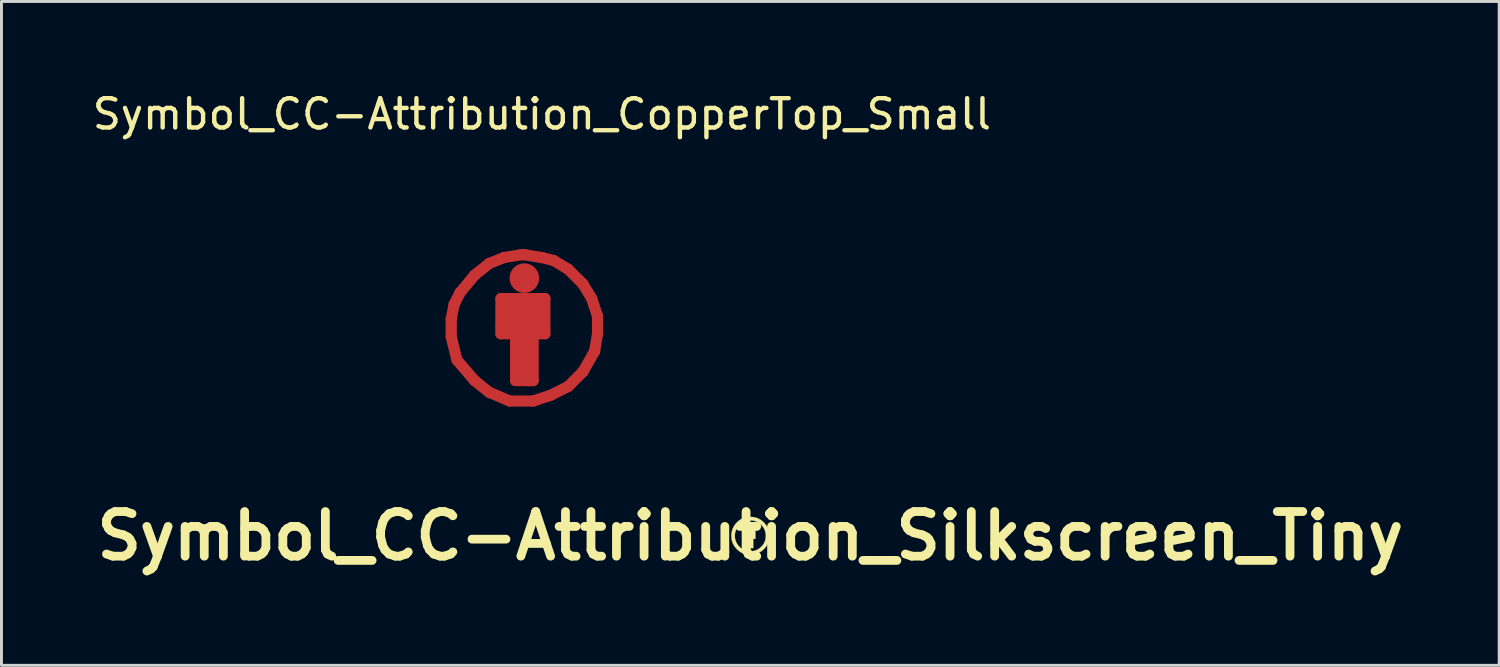
<source format=kicad_pcb>
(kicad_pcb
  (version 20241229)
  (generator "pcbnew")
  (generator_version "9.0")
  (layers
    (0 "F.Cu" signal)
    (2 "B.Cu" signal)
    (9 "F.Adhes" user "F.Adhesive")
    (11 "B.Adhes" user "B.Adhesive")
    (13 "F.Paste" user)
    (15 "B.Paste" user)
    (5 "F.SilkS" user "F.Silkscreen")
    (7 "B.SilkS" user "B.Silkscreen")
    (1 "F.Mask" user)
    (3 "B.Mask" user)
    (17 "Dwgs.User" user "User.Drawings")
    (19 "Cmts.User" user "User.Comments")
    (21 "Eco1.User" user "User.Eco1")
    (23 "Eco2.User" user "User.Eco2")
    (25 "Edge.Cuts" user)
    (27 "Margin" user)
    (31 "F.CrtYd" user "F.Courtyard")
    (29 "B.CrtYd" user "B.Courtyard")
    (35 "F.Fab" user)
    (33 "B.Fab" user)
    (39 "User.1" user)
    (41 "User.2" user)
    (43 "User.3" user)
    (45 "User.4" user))
  (footprint "Symbol_CC-Attribution_CopperTop_Small"
    (layer "F.Cu")
    (at 14.859 8.148)
    (property "Reference" "Symbol_CC-Attribution_CopperTop_Small" (at 0.599 -7.3 0) (layer "F.SilkS") (effects (font (size 1 1) (thickness 0.15))))
    (attr exclude_from_pos_files exclude_from_bom)
    (fp_line (start -2.499 -0.3) (end -2.499 0.3) (stroke (width 0.381) (type solid)) (layer "F.Cu"))
    (fp_line (start -2.499 0.3) (end -2.301 1.1) (stroke (width 0.381) (type solid)) (layer "F.Cu"))
    (fp_line (start -2.4 -0.8) (end -2.499 -0.3) (stroke (width 0.381) (type solid)) (layer "F.Cu"))
    (fp_line (start -2.301 1.1) (end -1.699 1.801) (stroke (width 0.381) (type solid)) (layer "F.Cu"))
    (fp_line (start -2.2 -1.199) (end -2.4 -0.8) (stroke (width 0.381) (type solid)) (layer "F.Cu"))
    (fp_line (start -1.699 -1.801) (end -2.2 -1.199) (stroke (width 0.381) (type solid)) (layer "F.Cu"))
    (fp_line (start -1.699 1.801) (end -1.199 2.2) (stroke (width 0.381) (type solid)) (layer "F.Cu"))
    (fp_line (start -1.199 -2.2) (end -1.699 -1.801) (stroke (width 0.381) (type solid)) (layer "F.Cu"))
    (fp_line (start -1.199 2.2) (end -0.5 2.499) (stroke (width 0.381) (type solid)) (layer "F.Cu"))
    (fp_line (start -0.8 -1.001) (end 0.701 -1.001) (stroke (width 0.381) (type solid)) (layer "F.Cu"))
    (fp_line (start -0.8 -0.099) (end 0.5 -0.099) (stroke (width 0.381) (type solid)) (layer "F.Cu"))
    (fp_line (start -0.8 0.201) (end -0.8 -1.001) (stroke (width 0.381) (type solid)) (layer "F.Cu"))
    (fp_line (start -0.701 -2.4) (end -1.199 -2.2) (stroke (width 0.381) (type solid)) (layer "F.Cu"))
    (fp_line (start -0.701 -0.701) (end 0.599 -0.701) (stroke (width 0.381) (type solid)) (layer "F.Cu"))
    (fp_line (start -0.5 2.499) (end 0.3 2.499) (stroke (width 0.381) (type solid)) (layer "F.Cu"))
    (fp_line (start -0.3 0.3) (end -0.3 1.801) (stroke (width 0.381) (type solid)) (layer "F.Cu"))
    (fp_line (start -0.3 1.801) (end 0.201 1.801) (stroke (width 0.381) (type solid)) (layer "F.Cu"))
    (fp_line (start -0.099 -2.499) (end -0.701 -2.4) (stroke (width 0.381) (type solid)) (layer "F.Cu"))
    (fp_line (start 0 -2.499) (end -0.099 -2.499) (stroke (width 0.381) (type solid)) (layer "F.Cu"))
    (fp_line (start 0 -1.9) (end 0 -1.501) (stroke (width 0.381) (type solid)) (layer "F.Cu"))
    (fp_line (start 0 0.3) (end 0 1.6) (stroke (width 0.381) (type solid)) (layer "F.Cu"))
    (fp_line (start 0.099 1.801) (end 0.3 1.801) (stroke (width 0.381) (type solid)) (layer "F.Cu"))
    (fp_line (start 0.3 1.801) (end 0.3 0.201) (stroke (width 0.381) (type solid)) (layer "F.Cu"))
    (fp_line (start 0.3 2.499) (end 0.899 2.301) (stroke (width 0.381) (type solid)) (layer "F.Cu"))
    (fp_line (start 0.5 -0.399) (end -0.701 -0.399) (stroke (width 0.381) (type solid)) (layer "F.Cu"))
    (fp_line (start 0.599 -2.4) (end 0 -2.499) (stroke (width 0.381) (type solid)) (layer "F.Cu"))
    (fp_line (start 0.701 -1.001) (end 0.701 0.201) (stroke (width 0.381) (type solid)) (layer "F.Cu"))
    (fp_line (start 0.701 0.201) (end -0.8 0.201) (stroke (width 0.381) (type solid)) (layer "F.Cu"))
    (fp_line (start 0.899 2.301) (end 1.501 1.999) (stroke (width 0.381) (type solid)) (layer "F.Cu"))
    (fp_line (start 1.001 -2.301) (end 0.599 -2.4) (stroke (width 0.381) (type solid)) (layer "F.Cu"))
    (fp_line (start 1.501 -1.999) (end 1.001 -2.301) (stroke (width 0.381) (type solid)) (layer "F.Cu"))
    (fp_line (start 1.501 1.999) (end 1.999 1.501) (stroke (width 0.381) (type solid)) (layer "F.Cu"))
    (fp_line (start 1.999 -1.501) (end 1.501 -1.999) (stroke (width 0.381) (type solid)) (layer "F.Cu"))
    (fp_line (start 1.999 1.501) (end 2.4 0.8) (stroke (width 0.381) (type solid)) (layer "F.Cu"))
    (fp_line (start 2.301 -1.001) (end 1.999 -1.501) (stroke (width 0.381) (type solid)) (layer "F.Cu"))
    (fp_line (start 2.4 0.8) (end 2.499 0.201) (stroke (width 0.381) (type solid)) (layer "F.Cu"))
    (fp_line (start 2.499 -0.399) (end 2.301 -1.001) (stroke (width 0.381) (type solid)) (layer "F.Cu"))
    (fp_line (start 2.499 0.201) (end 2.499 -0.399) (stroke (width 0.381) (type solid)) (layer "F.Cu"))
    (fp_circle (center 0 -1.699) (end 0.099 -1.4) (stroke (width 0.381) (type solid)) (fill no) (layer "F.Cu")))
  (footprint "Symbol_CC-Attribution_Silkscreen_Tiny"
    (layer "F.Cu")
    (at 22.577 15.256)
    (property "Reference" "Symbol_CC-Attribution_Silkscreen_Tiny" (at 0 0 0) (layer "F.SilkS") (effects (font (size 1.524 1.524) (thickness 0.3))))
    (attr through_hole)
    (fp_poly (pts (xy 0.013 -0.42) (xy 0.024 -0.419) (xy 0.034 -0.417) (xy 0.044 -0.414) (xy 0.05 -0.411) (xy 0.061 -0.404) (xy 0.069 -0.395) (xy 0.077 -0.384) (xy 0.082 -0.372) (xy 0.086 -0.358) (xy 0.088 -0.343) (xy 0.089 -0.326) (xy 0.089 -0.323) (xy 0.087 -0.307) (xy 0.083 -0.292) (xy 0.078 -0.28) (xy 0.071 -0.269) (xy 0.062 -0.26) (xy 0.051 -0.253) (xy 0.039 -0.247) (xy 0.029 -0.244) (xy 0.024 -0.244) (xy 0.018 -0.243) (xy 0.01 -0.242) (xy 0.002 -0.242) (xy -0.006 -0.242) (xy -0.012 -0.242) (xy -0.017 -0.242) (xy -0.017 -0.242) (xy -0.033 -0.245) (xy -0.046 -0.25) (xy -0.058 -0.256) (xy -0.068 -0.264) (xy -0.076 -0.274) (xy -0.082 -0.285) (xy -0.086 -0.298) (xy -0.089 -0.313) (xy -0.09 -0.323) (xy -0.09 -0.34) (xy -0.088 -0.356) (xy -0.084 -0.37) (xy -0.079 -0.382) (xy -0.072 -0.393) (xy -0.063 -0.402) (xy -0.053 -0.41) (xy -0.051 -0.411) (xy -0.042 -0.415) (xy -0.033 -0.418) (xy -0.022 -0.42) (xy -0.01 -0.421) (xy -0.001 -0.421) (xy 0.013 -0.42)) (stroke (width 0.01) (type solid)) (fill yes) (layer "F.SilkS"))
    (fp_poly (pts (xy 0.149 -0.202) (xy 0.155 -0.198) (xy 0.161 -0.193) (xy 0.166 -0.187) (xy 0.17 -0.181) (xy 0.171 -0.178) (xy 0.171 -0.177) (xy 0.171 -0.176) (xy 0.172 -0.174) (xy 0.172 -0.171) (xy 0.172 -0.167) (xy 0.172 -0.163) (xy 0.172 -0.157) (xy 0.172 -0.15) (xy 0.172 -0.142) (xy 0.173 -0.132) (xy 0.173 -0.121) (xy 0.173 -0.107) (xy 0.173 -0.092) (xy 0.173 -0.075) (xy 0.173 -0.055) (xy 0.173 -0.037) (xy 0.173 0.099) (xy 0.099 0.099) (xy 0.099 0.413) (xy -0.1 0.413) (xy -0.1 0.099) (xy -0.174 0.099) (xy -0.174 -0.058) (xy -0.174 -0.077) (xy -0.174 -0.094) (xy -0.174 -0.109) (xy -0.174 -0.122) (xy -0.174 -0.133) (xy -0.174 -0.142) (xy -0.174 -0.15) (xy -0.174 -0.157) (xy -0.174 -0.162) (xy -0.173 -0.167) (xy -0.173 -0.17) (xy -0.173 -0.173) (xy -0.173 -0.175) (xy -0.172 -0.176) (xy -0.172 -0.178) (xy -0.172 -0.179) (xy -0.171 -0.18) (xy -0.167 -0.187) (xy -0.162 -0.194) (xy -0.155 -0.199) (xy -0.15 -0.202) (xy -0.144 -0.205) (xy 0.143 -0.205) (xy 0.149 -0.202)) (stroke (width 0.01) (type solid)) (fill yes) (layer "F.SilkS"))
    (fp_poly (pts (xy 0.009 -0.65) (xy 0.012 -0.65) (xy 0.031 -0.649) (xy 0.048 -0.649) (xy 0.064 -0.648) (xy 0.079 -0.646) (xy 0.094 -0.645) (xy 0.109 -0.642) (xy 0.125 -0.64) (xy 0.134 -0.638) (xy 0.172 -0.629) (xy 0.21 -0.618) (xy 0.246 -0.605) (xy 0.282 -0.589) (xy 0.316 -0.571) (xy 0.35 -0.551) (xy 0.382 -0.529) (xy 0.414 -0.504) (xy 0.444 -0.477) (xy 0.473 -0.448) (xy 0.495 -0.423) (xy 0.52 -0.392) (xy 0.543 -0.359) (xy 0.564 -0.326) (xy 0.582 -0.291) (xy 0.598 -0.256) (xy 0.612 -0.219) (xy 0.623 -0.181) (xy 0.632 -0.142) (xy 0.639 -0.102) (xy 0.643 -0.061) (xy 0.644 -0.054) (xy 0.644 -0.045) (xy 0.645 -0.034) (xy 0.645 -0.022) (xy 0.645 -0.008) (xy 0.645 0.006) (xy 0.645 0.02) (xy 0.644 0.033) (xy 0.644 0.046) (xy 0.643 0.057) (xy 0.642 0.067) (xy 0.642 0.07) (xy 0.637 0.11) (xy 0.629 0.15) (xy 0.619 0.188) (xy 0.607 0.224) (xy 0.593 0.259) (xy 0.577 0.294) (xy 0.558 0.327) (xy 0.538 0.359) (xy 0.515 0.389) (xy 0.489 0.419) (xy 0.472 0.438) (xy 0.441 0.468) (xy 0.41 0.495) (xy 0.377 0.52) (xy 0.344 0.543) (xy 0.309 0.563) (xy 0.274 0.581) (xy 0.238 0.597) (xy 0.201 0.611) (xy 0.163 0.622) (xy 0.124 0.63) (xy 0.112 0.632) (xy 0.1 0.634) (xy 0.089 0.636) (xy 0.078 0.637) (xy 0.067 0.639) (xy 0.056 0.639) (xy 0.044 0.64) (xy 0.03 0.64) (xy 0.015 0.641) (xy 0.006 0.641) (xy -0.005 0.641) (xy -0.015 0.641) (xy -0.025 0.641) (xy -0.033 0.641) (xy -0.04 0.641) (xy -0.044 0.641) (xy -0.047 0.641) (xy -0.047 0.641) (xy -0.083 0.637) (xy -0.117 0.632) (xy -0.149 0.625) (xy -0.18 0.618) (xy -0.21 0.608) (xy -0.239 0.597) (xy -0.268 0.585) (xy -0.284 0.577) (xy -0.318 0.559) (xy -0.35 0.538) (xy -0.382 0.516) (xy -0.412 0.492) (xy -0.442 0.465) (xy -0.47 0.438) (xy -0.496 0.409) (xy -0.52 0.378) (xy -0.543 0.347) (xy -0.563 0.315) (xy -0.581 0.282) (xy -0.586 0.272) (xy -0.601 0.238) (xy -0.614 0.202) (xy -0.625 0.166) (xy -0.634 0.128) (xy -0.641 0.089) (xy -0.643 0.067) (xy -0.644 0.059) (xy -0.645 0.048) (xy -0.645 0.036) (xy -0.646 0.023) (xy -0.646 0.009) (xy -0.646 0.004) (xy -0.53 0.004) (xy -0.529 0.04) (xy -0.525 0.075) (xy -0.518 0.109) (xy -0.511 0.141) (xy -0.5 0.173) (xy -0.487 0.205) (xy -0.471 0.236) (xy -0.454 0.267) (xy -0.434 0.296) (xy -0.412 0.325) (xy -0.388 0.352) (xy -0.362 0.378) (xy -0.335 0.403) (xy -0.317 0.417) (xy -0.288 0.438) (xy -0.258 0.457) (xy -0.226 0.474) (xy -0.194 0.488) (xy -0.161 0.5) (xy -0.126 0.509) (xy -0.091 0.517) (xy -0.055 0.521) (xy -0.034 0.523) (xy -0.024 0.524) (xy -0.012 0.524) (xy 0.000441 0.524) (xy 0.014 0.524) (xy 0.027 0.523) (xy 0.04 0.523) (xy 0.051 0.522) (xy 0.057 0.521) (xy 0.093 0.516) (xy 0.128 0.509) (xy 0.162 0.499) (xy 0.195 0.487) (xy 0.227 0.473) (xy 0.259 0.456) (xy 0.29 0.437) (xy 0.32 0.415) (xy 0.349 0.391) (xy 0.352 0.39) (xy 0.358 0.384) (xy 0.366 0.376) (xy 0.374 0.368) (xy 0.383 0.36) (xy 0.391 0.351) (xy 0.399 0.342) (xy 0.407 0.334) (xy 0.413 0.327) (xy 0.418 0.321) (xy 0.419 0.321) (xy 0.439 0.293) (xy 0.457 0.266) (xy 0.473 0.238) (xy 0.487 0.209) (xy 0.499 0.179) (xy 0.509 0.148) (xy 0.514 0.129) (xy 0.52 0.097) (xy 0.525 0.064) (xy 0.528 0.03) (xy 0.529 -0.005) (xy 0.528 -0.039) (xy 0.525 -0.073) (xy 0.522 -0.096) (xy 0.515 -0.131) (xy 0.506 -0.166) (xy 0.494 -0.199) (xy 0.48 -0.231) (xy 0.464 -0.263) (xy 0.445 -0.293) (xy 0.424 -0.322) (xy 0.401 -0.351) (xy 0.38 -0.373) (xy 0.353 -0.399) (xy 0.325 -0.423) (xy 0.296 -0.445) (xy 0.267 -0.464) (xy 0.236 -0.481) (xy 0.204 -0.495) (xy 0.171 -0.507) (xy 0.137 -0.517) (xy 0.109 -0.524) (xy 0.08 -0.529) (xy 0.05 -0.532) (xy 0.019 -0.534) (xy -0.012 -0.534) (xy -0.044 -0.532) (xy -0.074 -0.529) (xy -0.091 -0.527) (xy -0.126 -0.52) (xy -0.159 -0.511) (xy -0.191 -0.5) (xy -0.223 -0.486) (xy -0.254 -0.471) (xy -0.283 -0.452) (xy -0.313 -0.432) (xy -0.326 -0.421) (xy -0.335 -0.414) (xy -0.344 -0.406) (xy -0.355 -0.396) (xy -0.366 -0.385) (xy -0.377 -0.374) (xy -0.387 -0.363) (xy -0.397 -0.352) (xy -0.406 -0.342) (xy -0.413 -0.333) (xy -0.436 -0.303) (xy -0.456 -0.273) (xy -0.474 -0.241) (xy -0.489 -0.209) (xy -0.502 -0.177) (xy -0.504 -0.169) (xy -0.514 -0.136) (xy -0.522 -0.102) (xy -0.527 -0.067) (xy -0.53 -0.031) (xy -0.53 0.004) (xy -0.646 0.004) (xy -0.646 -0.005) (xy -0.646 -0.019) (xy -0.646 -0.031) (xy -0.646 -0.042) (xy -0.645 -0.052) (xy -0.645 -0.052) (xy -0.641 -0.093) (xy -0.635 -0.133) (xy -0.626 -0.172) (xy -0.615 -0.21) (xy -0.601 -0.247) (xy -0.585 -0.283) (xy -0.567 -0.318) (xy -0.547 -0.352) (xy -0.524 -0.385) (xy -0.498 -0.417) (xy -0.471 -0.449) (xy -0.461 -0.459) (xy -0.439 -0.48) (xy -0.416 -0.501) (xy -0.391 -0.521) (xy -0.366 -0.54) (xy -0.34 -0.557) (xy -0.318 -0.57) (xy -0.285 -0.588) (xy -0.25 -0.603) (xy -0.215 -0.617) (xy -0.178 -0.628) (xy -0.141 -0.637) (xy -0.103 -0.644) (xy -0.092 -0.645) (xy -0.078 -0.647) (xy -0.064 -0.648) (xy -0.051 -0.649) (xy -0.038 -0.65) (xy -0.024 -0.65) (xy -0.008 -0.65) (xy 0.009 -0.65)) (stroke (width 0.01) (type solid)) (fill yes) (layer "F.SilkS")))
  (gr_rect
    (start -3 -3)
    (end 48.154 19.674)
    (stroke (width 0.1) (type default))
    (fill no)
    (layer "Edge.Cuts")))
</source>
